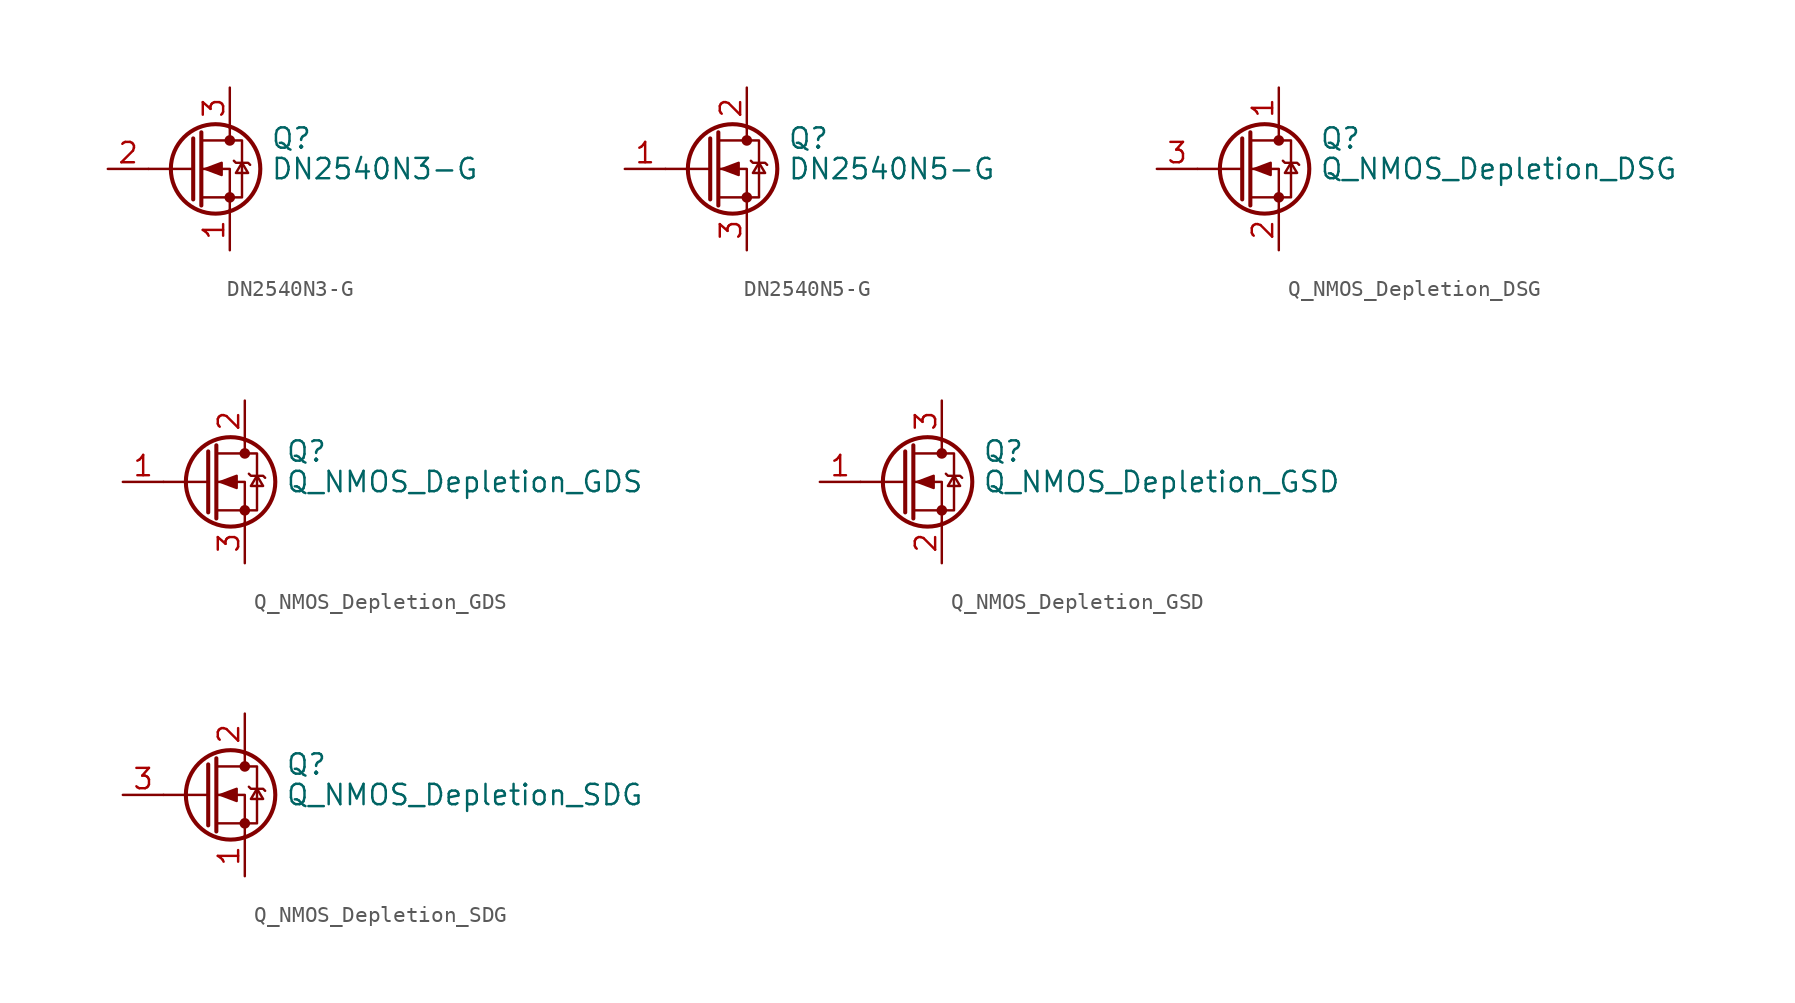
<source format=kicad_sym>
(kicad_symbol_lib
  (version 20241209)
  (generator "kicad_symbol_editor")
  (generator_version "9.0")
  (symbol "DN2540N3-G"
    (pin_names
      (offset 0)
      (hide yes))
    (property "Reference" "Q"
      (at 5.08 1.905 0)
      (effects (font (size 1.27 1.27)) (justify left)))
    (property "Value" "DN2540N3-G"
      (at 5.08 0 0)
      (effects (font (size 1.27 1.27)) (justify left)))
    (symbol "DN2540N3-G_0_1"
      (polyline (pts (xy 0.254 1.905) (xy 0.254 -1.905)) (stroke (width 0.254) (type default)) (fill (type none)))
      (polyline (pts (xy 0.254 0) (xy -2.54 0)) (stroke (width 0) (type default)) (fill (type none)))
      (polyline (pts (xy 0.762 2.286) (xy 0.762 -2.286)) (stroke (width 0.254) (type default)) (fill (type none)))
      (polyline (pts (xy 0.762 -1.778) (xy 3.302 -1.778) (xy 3.302 1.778) (xy 0.762 1.778)) (stroke (width 0) (type default)) (fill (type none)))
      (polyline (pts (xy 1.016 0) (xy 2.032 0.381) (xy 2.032 -0.381) (xy 1.016 0)) (stroke (width 0) (type default)) (fill (type outline)))
      (circle (center 1.651 0) (radius 2.794) (stroke (width 0.254) (type default)) (fill (type none)))
      (polyline (pts (xy 2.54 2.54) (xy 2.54 1.778)) (stroke (width 0) (type default)) (fill (type none)))
      (circle (center 2.54 1.778) (radius 0.254) (stroke (width 0) (type default)) (fill (type outline)))
      (circle (center 2.54 -1.778) (radius 0.254) (stroke (width 0) (type default)) (fill (type outline)))
      (polyline (pts (xy 2.54 -2.54) (xy 2.54 0) (xy 0.762 0)) (stroke (width 0) (type default)) (fill (type none)))
      (polyline (pts (xy 2.794 0.508) (xy 2.921 0.381) (xy 3.683 0.381) (xy 3.81 0.254)) (stroke (width 0) (type default)) (fill (type none)))
      (polyline (pts (xy 3.302 0.381) (xy 2.921 -0.254) (xy 3.683 -0.254) (xy 3.302 0.381)) (stroke (width 0) (type default)) (fill (type none))))
    (symbol "DN2540N3-G_1_1"
      (pin input line (at -5.08 0 0) (length 2.54) (name "G" (effects (font (size 1.27 1.27)))) (number "2" (effects (font (size 1.27 1.27)))))
      (pin passive line (at 2.54 5.08 270) (length 2.54) (name "D" (effects (font (size 1.27 1.27)))) (number "3" (effects (font (size 1.27 1.27)))))
      (pin passive line (at 2.54 -5.08 90) (length 2.54) (name "S" (effects (font (size 1.27 1.27)))) (number "1" (effects (font (size 1.27 1.27)))))))
  (symbol "DN2540N5-G"
    (pin_names
      (offset 0)
      (hide yes))
    (property "Reference" "Q"
      (at 5.08 1.905 0)
      (effects (font (size 1.27 1.27)) (justify left)))
    (property "Value" "DN2540N5-G"
      (at 5.08 0 0)
      (effects (font (size 1.27 1.27)) (justify left)))
    (symbol "DN2540N5-G_0_1"
      (polyline (pts (xy 0.254 1.905) (xy 0.254 -1.905)) (stroke (width 0.254) (type default)) (fill (type none)))
      (polyline (pts (xy 0.254 0) (xy -2.54 0)) (stroke (width 0) (type default)) (fill (type none)))
      (polyline (pts (xy 0.762 2.286) (xy 0.762 -2.286)) (stroke (width 0.254) (type default)) (fill (type none)))
      (polyline (pts (xy 0.762 -1.778) (xy 3.302 -1.778) (xy 3.302 1.778) (xy 0.762 1.778)) (stroke (width 0) (type default)) (fill (type none)))
      (polyline (pts (xy 1.016 0) (xy 2.032 0.381) (xy 2.032 -0.381) (xy 1.016 0)) (stroke (width 0) (type default)) (fill (type outline)))
      (circle (center 1.651 0) (radius 2.794) (stroke (width 0.254) (type default)) (fill (type none)))
      (polyline (pts (xy 2.54 2.54) (xy 2.54 1.778)) (stroke (width 0) (type default)) (fill (type none)))
      (circle (center 2.54 1.778) (radius 0.254) (stroke (width 0) (type default)) (fill (type outline)))
      (circle (center 2.54 -1.778) (radius 0.254) (stroke (width 0) (type default)) (fill (type outline)))
      (polyline (pts (xy 2.54 -2.54) (xy 2.54 0) (xy 0.762 0)) (stroke (width 0) (type default)) (fill (type none)))
      (polyline (pts (xy 2.794 0.508) (xy 2.921 0.381) (xy 3.683 0.381) (xy 3.81 0.254)) (stroke (width 0) (type default)) (fill (type none)))
      (polyline (pts (xy 3.302 0.381) (xy 2.921 -0.254) (xy 3.683 -0.254) (xy 3.302 0.381)) (stroke (width 0) (type default)) (fill (type none))))
    (symbol "DN2540N5-G_1_1"
      (pin input line (at -5.08 0 0) (length 2.54) (name "G" (effects (font (size 1.27 1.27)))) (number "1" (effects (font (size 1.27 1.27)))))
      (pin passive line (at 2.54 5.08 270) (length 2.54) (name "D" (effects (font (size 1.27 1.27)))) (number "2" (effects (font (size 1.27 1.27)))))
      (pin passive line (at 2.54 -5.08 90) (length 2.54) (name "S" (effects (font (size 1.27 1.27)))) (number "3" (effects (font (size 1.27 1.27)))))))
  (symbol "Q_NMOS_Depletion_DSG"
    (pin_names
      (offset 0)
      (hide yes))
    (property "Reference" "Q"
      (at 5.08 1.905 0)
      (effects (font (size 1.27 1.27)) (justify left)))
    (property "Value" "Q_NMOS_Depletion_DSG"
      (at 5.08 0 0)
      (effects (font (size 1.27 1.27)) (justify left)))
    (symbol "Q_NMOS_Depletion_DSG_0_1"
      (polyline (pts (xy 0.254 1.905) (xy 0.254 -1.905)) (stroke (width 0.254) (type default)) (fill (type none)))
      (polyline (pts (xy 0.254 0) (xy -2.54 0)) (stroke (width 0) (type default)) (fill (type none)))
      (polyline (pts (xy 0.762 2.286) (xy 0.762 -2.286)) (stroke (width 0.254) (type default)) (fill (type none)))
      (polyline (pts (xy 0.762 -1.778) (xy 3.302 -1.778) (xy 3.302 1.778) (xy 0.762 1.778)) (stroke (width 0) (type default)) (fill (type none)))
      (polyline (pts (xy 1.016 0) (xy 2.032 0.381) (xy 2.032 -0.381) (xy 1.016 0)) (stroke (width 0) (type default)) (fill (type outline)))
      (circle (center 1.651 0) (radius 2.794) (stroke (width 0.254) (type default)) (fill (type none)))
      (polyline (pts (xy 2.54 2.54) (xy 2.54 1.778)) (stroke (width 0) (type default)) (fill (type none)))
      (circle (center 2.54 1.778) (radius 0.254) (stroke (width 0) (type default)) (fill (type outline)))
      (circle (center 2.54 -1.778) (radius 0.254) (stroke (width 0) (type default)) (fill (type outline)))
      (polyline (pts (xy 2.54 -2.54) (xy 2.54 0) (xy 0.762 0)) (stroke (width 0) (type default)) (fill (type none)))
      (polyline (pts (xy 2.794 0.508) (xy 2.921 0.381) (xy 3.683 0.381) (xy 3.81 0.254)) (stroke (width 0) (type default)) (fill (type none)))
      (polyline (pts (xy 3.302 0.381) (xy 2.921 -0.254) (xy 3.683 -0.254) (xy 3.302 0.381)) (stroke (width 0) (type default)) (fill (type none))))
    (symbol "Q_NMOS_Depletion_DSG_1_1"
      (pin input line (at -5.08 0 0) (length 2.54) (name "G" (effects (font (size 1.27 1.27)))) (number "3" (effects (font (size 1.27 1.27)))))
      (pin passive line (at 2.54 5.08 270) (length 2.54) (name "D" (effects (font (size 1.27 1.27)))) (number "1" (effects (font (size 1.27 1.27)))))
      (pin passive line (at 2.54 -5.08 90) (length 2.54) (name "S" (effects (font (size 1.27 1.27)))) (number "2" (effects (font (size 1.27 1.27)))))))
  (symbol "Q_NMOS_Depletion_GDS"
    (pin_names
      (offset 0)
      (hide yes))
    (property "Reference" "Q"
      (at 5.08 1.905 0)
      (effects (font (size 1.27 1.27)) (justify left)))
    (property "Value" "Q_NMOS_Depletion_GDS"
      (at 5.08 0 0)
      (effects (font (size 1.27 1.27)) (justify left)))
    (symbol "Q_NMOS_Depletion_GDS_0_1"
      (polyline (pts (xy 0.254 1.905) (xy 0.254 -1.905)) (stroke (width 0.254) (type default)) (fill (type none)))
      (polyline (pts (xy 0.254 0) (xy -2.54 0)) (stroke (width 0) (type default)) (fill (type none)))
      (polyline (pts (xy 0.762 2.286) (xy 0.762 -2.286)) (stroke (width 0.254) (type default)) (fill (type none)))
      (polyline (pts (xy 0.762 -1.778) (xy 3.302 -1.778) (xy 3.302 1.778) (xy 0.762 1.778)) (stroke (width 0) (type default)) (fill (type none)))
      (polyline (pts (xy 1.016 0) (xy 2.032 0.381) (xy 2.032 -0.381) (xy 1.016 0)) (stroke (width 0) (type default)) (fill (type outline)))
      (circle (center 1.651 0) (radius 2.794) (stroke (width 0.254) (type default)) (fill (type none)))
      (polyline (pts (xy 2.54 2.54) (xy 2.54 1.778)) (stroke (width 0) (type default)) (fill (type none)))
      (circle (center 2.54 1.778) (radius 0.254) (stroke (width 0) (type default)) (fill (type outline)))
      (circle (center 2.54 -1.778) (radius 0.254) (stroke (width 0) (type default)) (fill (type outline)))
      (polyline (pts (xy 2.54 -2.54) (xy 2.54 0) (xy 0.762 0)) (stroke (width 0) (type default)) (fill (type none)))
      (polyline (pts (xy 2.794 0.508) (xy 2.921 0.381) (xy 3.683 0.381) (xy 3.81 0.254)) (stroke (width 0) (type default)) (fill (type none)))
      (polyline (pts (xy 3.302 0.381) (xy 2.921 -0.254) (xy 3.683 -0.254) (xy 3.302 0.381)) (stroke (width 0) (type default)) (fill (type none))))
    (symbol "Q_NMOS_Depletion_GDS_1_1"
      (pin input line (at -5.08 0 0) (length 2.54) (name "G" (effects (font (size 1.27 1.27)))) (number "1" (effects (font (size 1.27 1.27)))))
      (pin passive line (at 2.54 5.08 270) (length 2.54) (name "D" (effects (font (size 1.27 1.27)))) (number "2" (effects (font (size 1.27 1.27)))))
      (pin passive line (at 2.54 -5.08 90) (length 2.54) (name "S" (effects (font (size 1.27 1.27)))) (number "3" (effects (font (size 1.27 1.27)))))))
  (symbol "Q_NMOS_Depletion_GSD"
    (pin_names
      (offset 0)
      (hide yes))
    (property "Reference" "Q"
      (at 5.08 1.905 0)
      (effects (font (size 1.27 1.27)) (justify left)))
    (property "Value" "Q_NMOS_Depletion_GSD"
      (at 5.08 0 0)
      (effects (font (size 1.27 1.27)) (justify left)))
    (symbol "Q_NMOS_Depletion_GSD_0_1"
      (polyline (pts (xy 0.254 1.905) (xy 0.254 -1.905)) (stroke (width 0.254) (type default)) (fill (type none)))
      (polyline (pts (xy 0.254 0) (xy -2.54 0)) (stroke (width 0) (type default)) (fill (type none)))
      (polyline (pts (xy 0.762 2.286) (xy 0.762 -2.286)) (stroke (width 0.254) (type default)) (fill (type none)))
      (polyline (pts (xy 0.762 -1.778) (xy 3.302 -1.778) (xy 3.302 1.778) (xy 0.762 1.778)) (stroke (width 0) (type default)) (fill (type none)))
      (polyline (pts (xy 1.016 0) (xy 2.032 0.381) (xy 2.032 -0.381) (xy 1.016 0)) (stroke (width 0) (type default)) (fill (type outline)))
      (circle (center 1.651 0) (radius 2.794) (stroke (width 0.254) (type default)) (fill (type none)))
      (polyline (pts (xy 2.54 2.54) (xy 2.54 1.778)) (stroke (width 0) (type default)) (fill (type none)))
      (circle (center 2.54 1.778) (radius 0.254) (stroke (width 0) (type default)) (fill (type outline)))
      (circle (center 2.54 -1.778) (radius 0.254) (stroke (width 0) (type default)) (fill (type outline)))
      (polyline (pts (xy 2.54 -2.54) (xy 2.54 0) (xy 0.762 0)) (stroke (width 0) (type default)) (fill (type none)))
      (polyline (pts (xy 2.794 0.508) (xy 2.921 0.381) (xy 3.683 0.381) (xy 3.81 0.254)) (stroke (width 0) (type default)) (fill (type none)))
      (polyline (pts (xy 3.302 0.381) (xy 2.921 -0.254) (xy 3.683 -0.254) (xy 3.302 0.381)) (stroke (width 0) (type default)) (fill (type none))))
    (symbol "Q_NMOS_Depletion_GSD_1_1"
      (pin input line (at -5.08 0 0) (length 2.54) (name "G" (effects (font (size 1.27 1.27)))) (number "1" (effects (font (size 1.27 1.27)))))
      (pin passive line (at 2.54 5.08 270) (length 2.54) (name "D" (effects (font (size 1.27 1.27)))) (number "3" (effects (font (size 1.27 1.27)))))
      (pin passive line (at 2.54 -5.08 90) (length 2.54) (name "S" (effects (font (size 1.27 1.27)))) (number "2" (effects (font (size 1.27 1.27)))))))
  (symbol "Q_NMOS_Depletion_SDG"
    (pin_names
      (offset 0)
      (hide yes))
    (property "Reference" "Q"
      (at 5.08 1.905 0)
      (effects (font (size 1.27 1.27)) (justify left)))
    (property "Value" "Q_NMOS_Depletion_SDG"
      (at 5.08 0 0)
      (effects (font (size 1.27 1.27)) (justify left)))
    (symbol "Q_NMOS_Depletion_SDG_0_1"
      (polyline (pts (xy 0.254 1.905) (xy 0.254 -1.905)) (stroke (width 0.254) (type default)) (fill (type none)))
      (polyline (pts (xy 0.254 0) (xy -2.54 0)) (stroke (width 0) (type default)) (fill (type none)))
      (polyline (pts (xy 0.762 2.286) (xy 0.762 -2.286)) (stroke (width 0.254) (type default)) (fill (type none)))
      (polyline (pts (xy 0.762 -1.778) (xy 3.302 -1.778) (xy 3.302 1.778) (xy 0.762 1.778)) (stroke (width 0) (type default)) (fill (type none)))
      (polyline (pts (xy 1.016 0) (xy 2.032 0.381) (xy 2.032 -0.381) (xy 1.016 0)) (stroke (width 0) (type default)) (fill (type outline)))
      (circle (center 1.651 0) (radius 2.794) (stroke (width 0.254) (type default)) (fill (type none)))
      (polyline (pts (xy 2.54 2.54) (xy 2.54 1.778)) (stroke (width 0) (type default)) (fill (type none)))
      (circle (center 2.54 1.778) (radius 0.254) (stroke (width 0) (type default)) (fill (type outline)))
      (circle (center 2.54 -1.778) (radius 0.254) (stroke (width 0) (type default)) (fill (type outline)))
      (polyline (pts (xy 2.54 -2.54) (xy 2.54 0) (xy 0.762 0)) (stroke (width 0) (type default)) (fill (type none)))
      (polyline (pts (xy 2.794 0.508) (xy 2.921 0.381) (xy 3.683 0.381) (xy 3.81 0.254)) (stroke (width 0) (type default)) (fill (type none)))
      (polyline (pts (xy 3.302 0.381) (xy 2.921 -0.254) (xy 3.683 -0.254) (xy 3.302 0.381)) (stroke (width 0) (type default)) (fill (type none))))
    (symbol "Q_NMOS_Depletion_SDG_1_1"
      (pin input line (at -5.08 0 0) (length 2.54) (name "G" (effects (font (size 1.27 1.27)))) (number "3" (effects (font (size 1.27 1.27)))))
      (pin passive line (at 2.54 5.08 270) (length 2.54) (name "D" (effects (font (size 1.27 1.27)))) (number "2" (effects (font (size 1.27 1.27)))))
      (pin passive line (at 2.54 -5.08 90) (length 2.54) (name "S" (effects (font (size 1.27 1.27)))) (number "1" (effects (font (size 1.27 1.27))))))))
</source>
